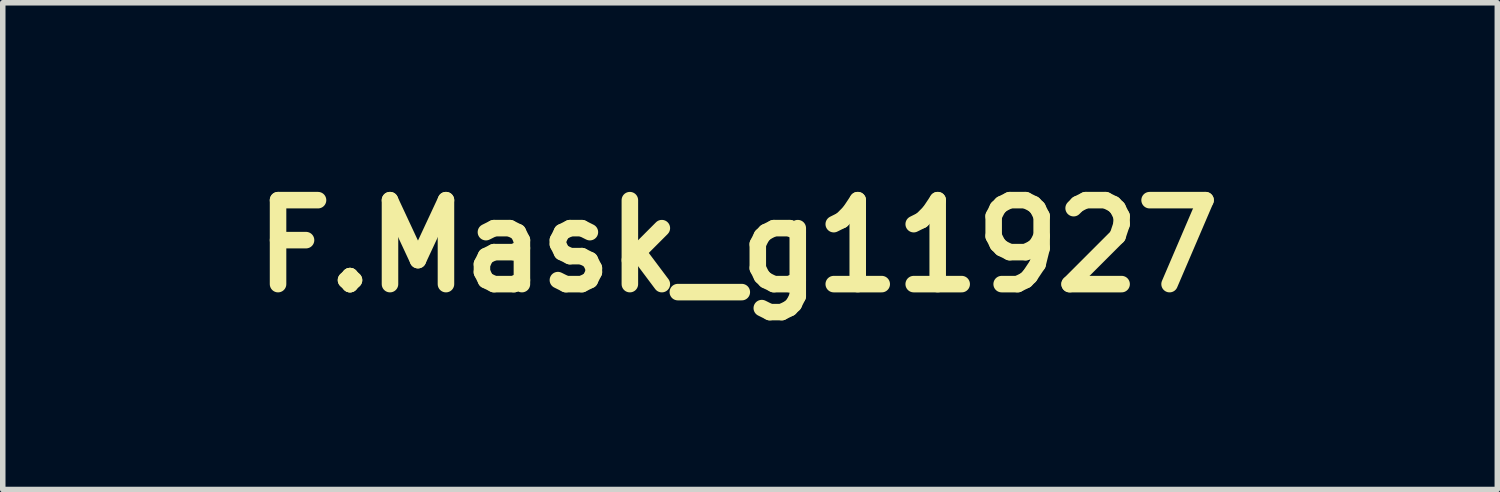
<source format=kicad_pcb>
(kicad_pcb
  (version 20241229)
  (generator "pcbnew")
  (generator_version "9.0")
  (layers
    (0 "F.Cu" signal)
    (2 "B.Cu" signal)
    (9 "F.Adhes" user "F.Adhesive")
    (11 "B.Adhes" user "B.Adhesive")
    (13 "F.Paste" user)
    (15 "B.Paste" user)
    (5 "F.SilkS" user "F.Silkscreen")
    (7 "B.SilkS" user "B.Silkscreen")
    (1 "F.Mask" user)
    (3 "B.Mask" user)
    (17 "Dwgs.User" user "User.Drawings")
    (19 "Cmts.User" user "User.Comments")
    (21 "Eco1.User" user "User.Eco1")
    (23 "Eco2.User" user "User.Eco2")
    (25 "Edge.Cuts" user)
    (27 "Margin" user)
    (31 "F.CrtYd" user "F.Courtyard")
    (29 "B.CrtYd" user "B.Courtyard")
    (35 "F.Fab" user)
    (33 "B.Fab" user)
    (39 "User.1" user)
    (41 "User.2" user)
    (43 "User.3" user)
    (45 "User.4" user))
  (footprint "F.Mask_g11927"
    (layer "F.Cu")
    (at 10.343 1.418)
    (property "Reference" "F.Mask_g11927" (at 0 0 0) (layer "F.SilkS") (effects (font (size 1.524 1.524) (thickness 0.3))))
    (attr through_hole)
    (fp_poly (pts (xy -9.741 0.267) (xy -9.944 0.267) (xy -9.944 -0.127) (xy -9.741 -0.127) (xy -9.741 0.267)) (stroke (width 0.01) (type solid)) (fill yes) (layer "F.Mask"))
    (fp_poly (pts (xy -8.954 0.66) (xy -9.347 0.66) (xy -9.347 0.47) (xy -8.954 0.47) (xy -8.954 0.66)) (stroke (width 0.01) (type solid)) (fill yes) (layer "F.Mask"))
    (fp_poly (pts (xy -8.166 0.076) (xy -8.369 0.076) (xy -8.369 -0.127) (xy -8.166 -0.127) (xy -8.166 0.076)) (stroke (width 0.01) (type solid)) (fill yes) (layer "F.Mask"))
    (fp_poly (pts (xy -6.782 0.66) (xy -6.985 0.66) (xy -6.985 -0.127) (xy -6.782 -0.127) (xy -6.782 0.66)) (stroke (width 0.01) (type solid)) (fill yes) (layer "F.Mask"))
    (fp_poly (pts (xy -5.016 0.66) (xy -5.207 0.66) (xy -5.207 0.076) (xy -5.016 0.076) (xy -5.016 0.66)) (stroke (width 0.01) (type solid)) (fill yes) (layer "F.Mask"))
    (fp_poly (pts (xy -2.845 0.66) (xy -3.035 0.66) (xy -3.035 0.47) (xy -2.845 0.47) (xy -2.845 0.66)) (stroke (width 0.01) (type solid)) (fill yes) (layer "F.Mask"))
    (fp_poly (pts (xy 0.318 0.864) (xy -0.076 0.864) (xy -0.076 0.66) (xy 0.318 0.66) (xy 0.318 0.864)) (stroke (width 0.01) (type solid)) (fill yes) (layer "F.Mask"))
    (fp_poly (pts (xy 4.267 -0.318) (xy 4.064 -0.318) (xy 4.064 -0.521) (xy 4.267 -0.521) (xy 4.267 -0.318)) (stroke (width 0.01) (type solid)) (fill yes) (layer "F.Mask"))
    (fp_poly (pts (xy -5.207 0.076) (xy -5.41 0.076) (xy -5.41 0.66) (xy -5.601 0.66) (xy -5.601 -0.127) (xy -5.207 -0.127) (xy -5.207 0.076)) (stroke (width 0.01) (type solid)) (fill yes) (layer "F.Mask"))
    (fp_poly (pts (xy -8.954 0.267) (xy -9.347 0.267) (xy -9.347 0.47) (xy -9.55 0.47) (xy -9.55 0.077) (xy -9.354 0.07) (xy -9.346 -0.127) (xy -8.954 -0.127) (xy -8.954 0.267)) (stroke (width 0.01) (type solid)) (fill yes) (layer "F.Mask"))
    (fp_poly (pts (xy -8.56 0.076) (xy -8.369 0.076) (xy -8.369 0.267) (xy -8.56 0.267) (xy -8.56 0.66) (xy -8.763 0.66) (xy -8.763 -0.127) (xy -8.56 -0.127) (xy -8.56 0.076)) (stroke (width 0.01) (type solid)) (fill yes) (layer "F.Mask"))
    (fp_poly (pts (xy 4.267 0.673) (xy 4.077 0.673) (xy 4.077 0.864) (xy 3.861 0.864) (xy 3.861 0.66) (xy 4.064 0.66) (xy 4.064 -0.127) (xy 4.267 -0.127) (xy 4.267 0.673)) (stroke (width 0.01) (type solid)) (fill yes) (layer "F.Mask"))
    (fp_poly (pts (xy -10.239 -0.124) (xy -10.141 -0.121) (xy -10.137 0.073) (xy -10.134 0.267) (xy -9.944 0.267) (xy -9.944 0.47) (xy -10.135 0.47) (xy -10.135 0.66) (xy -10.338 0.66) (xy -10.338 -0.128) (xy -10.239 -0.124)) (stroke (width 0.01) (type solid)) (fill yes) (layer "F.Mask"))
    (fp_poly (pts (xy -6.788 -0.324) (xy -6.878 -0.32) (xy -6.923 -0.32) (xy -6.958 -0.321) (xy -6.976 -0.325) (xy -6.976 -0.325) (xy -6.98 -0.342) (xy -6.984 -0.376) (xy -6.985 -0.422) (xy -6.985 -0.428) (xy -6.985 -0.521) (xy -6.781 -0.521) (xy -6.788 -0.324)) (stroke (width 0.01) (type solid)) (fill yes) (layer "F.Mask"))
    (fp_poly (pts (xy 6.439 0.064) (xy 6.629 0.064) (xy 6.629 -0.127) (xy 6.833 -0.127) (xy 6.833 0.076) (xy 6.642 0.076) (xy 6.642 0.279) (xy 6.439 0.279) (xy 6.439 0.673) (xy 6.236 0.673) (xy 6.236 -0.127) (xy 6.439 -0.127) (xy 6.439 0.064)) (stroke (width 0.01) (type solid)) (fill yes) (layer "F.Mask"))
    (fp_poly (pts (xy 9.792 0.457) (xy 9.995 0.457) (xy 9.995 0.673) (xy 9.385 0.673) (xy 9.385 0.457) (xy 9.588 0.457) (xy 9.588 0.076) (xy 9.385 0.076) (xy 9.385 -0.127) (xy 9.588 -0.127) (xy 9.588 -0.33) (xy 9.792 -0.33) (xy 9.792 0.457)) (stroke (width 0.01) (type solid)) (fill yes) (layer "F.Mask"))
    (fp_poly (pts (xy -2.045 0.47) (xy -1.854 0.47) (xy -1.854 0.66) (xy -2.451 0.66) (xy -2.451 0.47) (xy -2.248 0.47) (xy -2.248 0.077) (xy -2.445 0.07) (xy -2.448 -0.029) (xy -2.452 -0.127) (xy -2.248 -0.127) (xy -2.248 -0.318) (xy -2.045 -0.318) (xy -2.045 0.47)) (stroke (width 0.01) (type solid)) (fill yes) (layer "F.Mask"))
    (fp_poly (pts (xy 0.114 0.267) (xy 0.318 0.267) (xy 0.318 -0.127) (xy 0.508 -0.127) (xy 0.508 0.66) (xy 0.318 0.66) (xy 0.318 0.471) (xy 0.121 0.464) (xy 0.117 0.365) (xy 0.113 0.267) (xy -0.076 0.267) (xy -0.076 -0.127) (xy 0.114 -0.127) (xy 0.114 0.267)) (stroke (width 0.01) (type solid)) (fill yes) (layer "F.Mask"))
    (fp_poly (pts (xy 2.095 0.66) (xy 1.702 0.66) (xy 1.702 0.47) (xy 1.499 0.47) (xy 1.499 0.076) (xy 1.702 0.076) (xy 1.702 0.47) (xy 1.892 0.47) (xy 1.892 0.076) (xy 1.702 0.076) (xy 1.702 -0.127) (xy 1.892 -0.127) (xy 1.892 -0.521) (xy 2.095 -0.521) (xy 2.095 0.66)) (stroke (width 0.01) (type solid)) (fill yes) (layer "F.Mask"))
    (fp_poly (pts (xy 2.489 0.464) (xy 2.584 0.459) (xy 2.68 0.455) (xy 2.68 -0.127) (xy 2.883 -0.127) (xy 2.883 0.673) (xy 2.702 0.67) (xy 2.624 0.669) (xy 2.542 0.667) (xy 2.466 0.666) (xy 2.406 0.664) (xy 2.403 0.664) (xy 2.286 0.659) (xy 2.286 -0.127) (xy 2.489 -0.127) (xy 2.489 0.464)) (stroke (width 0.01) (type solid)) (fill yes) (layer "F.Mask"))
    (fp_poly (pts (xy 5.258 0.673) (xy 4.851 0.673) (xy 4.851 0.47) (xy 4.648 0.47) (xy 4.648 0.076) (xy 4.864 0.076) (xy 4.864 0.457) (xy 5.042 0.457) (xy 5.042 0.076) (xy 4.864 0.076) (xy 4.648 0.076) (xy 4.648 0.064) (xy 4.851 0.064) (xy 4.851 -0.127) (xy 5.258 -0.127) (xy 5.258 0.673)) (stroke (width 0.01) (type solid)) (fill yes) (layer "F.Mask"))
    (fp_poly (pts (xy -7.379 0.076) (xy -7.569 0.076) (xy -7.569 0.267) (xy -7.379 0.267) (xy -7.379 0.47) (xy -7.569 0.47) (xy -7.569 0.66) (xy -7.976 0.66) (xy -7.976 0.47) (xy -7.772 0.47) (xy -7.772 0.267) (xy -7.976 0.267) (xy -7.976 0.076) (xy -7.772 0.076) (xy -7.772 -0.127) (xy -7.379 -0.127) (xy -7.379 0.076)) (stroke (width 0.01) (type solid)) (fill yes) (layer "F.Mask"))
    (fp_poly (pts (xy -5.804 0.076) (xy -5.804 0.47) (xy -5.994 0.47) (xy -5.994 0.66) (xy -6.198 0.66) (xy -6.198 0.47) (xy -6.388 0.47) (xy -6.388 0.076) (xy -6.198 0.076) (xy -6.198 0.47) (xy -5.994 0.47) (xy -5.994 0.076) (xy -6.198 0.076) (xy -6.198 -0.127) (xy -5.994 -0.127) (xy -5.994 0.076) (xy -5.804 0.076)) (stroke (width 0.01) (type solid)) (fill yes) (layer "F.Mask"))
    (fp_poly (pts (xy 3.683 0.076) (xy 3.48 0.076) (xy 3.48 0.267) (xy 3.683 0.267) (xy 3.683 0.47) (xy 3.48 0.47) (xy 3.48 0.673) (xy 3.073 0.673) (xy 3.073 0.457) (xy 3.264 0.457) (xy 3.264 0.279) (xy 3.073 0.279) (xy 3.073 0.064) (xy 3.264 0.064) (xy 3.264 -0.127) (xy 3.683 -0.127) (xy 3.683 0.076)) (stroke (width 0.01) (type solid)) (fill yes) (layer "F.Mask"))
    (fp_poly (pts (xy 8.217 -0.127) (xy 8.407 -0.127) (xy 8.407 0.076) (xy 8.217 0.076) (xy 8.217 0.279) (xy 8.014 0.279) (xy 8.014 0.457) (xy 8.407 0.457) (xy 8.407 0.673) (xy 7.811 0.673) (xy 7.811 0.267) (xy 8.001 0.267) (xy 8.001 0.064) (xy 8.204 0.064) (xy 8.204 -0.114) (xy 7.811 -0.114) (xy 7.811 -0.33) (xy 8.217 -0.33) (xy 8.217 -0.127)) (stroke (width 0.01) (type solid)) (fill yes) (layer "F.Mask"))
    (fp_poly (pts (xy 6.045 0.673) (xy 5.842 0.673) (xy 5.842 0.864) (xy 5.436 0.864) (xy 5.436 0.66) (xy 5.829 0.66) (xy 5.829 0.47) (xy 5.639 0.47) (xy 5.639 0.279) (xy 5.436 0.279) (xy 5.436 0.076) (xy 5.652 0.076) (xy 5.652 0.267) (xy 5.829 0.267) (xy 5.829 0.076) (xy 5.652 0.076) (xy 5.436 0.076) (xy 5.436 0.064) (xy 5.639 0.064) (xy 5.639 -0.127) (xy 6.045 -0.127) (xy 6.045 0.673)) (stroke (width 0.01) (type solid)) (fill yes) (layer "F.Mask"))
    (fp_poly (pts (xy -3.429 -0.127) (xy -3.435 0.464) (xy -3.632 0.471) (xy -3.632 0.66) (xy -3.823 0.66) (xy -3.823 0.47) (xy -4.026 0.47) (xy -4.026 0.267) (xy -3.823 0.267) (xy -3.823 0.47) (xy -3.632 0.47) (xy -3.632 0.267) (xy -3.823 0.267) (xy -4.026 0.267) (xy -4.026 -0.127) (xy -3.823 -0.127) (xy -3.823 0.076) (xy -3.632 0.076) (xy -3.632 -0.127) (xy -3.823 -0.127) (xy -3.823 -0.318) (xy -3.632 -0.318) (xy -3.632 -0.127) (xy -3.429 -0.127)) (stroke (width 0.01) (type solid)) (fill yes) (layer "F.Mask"))
    (fp_poly (pts (xy 10.579 -0.127) (xy 10.782 -0.127) (xy 10.782 0.47) (xy 10.579 0.47) (xy 10.579 0.673) (xy 10.173 0.673) (xy 10.173 0.457) (xy 10.566 0.457) (xy 10.566 0.279) (xy 10.376 0.279) (xy 10.376 0.076) (xy 10.173 0.076) (xy 10.173 -0.114) (xy 10.389 -0.114) (xy 10.389 0.064) (xy 10.566 0.064) (xy 10.566 -0.114) (xy 10.389 -0.114) (xy 10.173 -0.114) (xy 10.173 -0.127) (xy 10.376 -0.127) (xy 10.376 -0.33) (xy 10.579 -0.33) (xy 10.579 -0.127)) (stroke (width 0.01) (type solid)) (fill yes) (layer "F.Mask"))
    (fp_poly (pts (xy -0.279 0.076) (xy -0.279 0.47) (xy -0.47 0.47) (xy -0.47 0.66) (xy -0.864 0.66) (xy -0.864 0.076) (xy -0.673 0.076) (xy -0.673 0.265) (xy -0.673 0.331) (xy -0.671 0.389) (xy -0.669 0.432) (xy -0.666 0.457) (xy -0.665 0.461) (xy -0.649 0.466) (xy -0.614 0.469) (xy -0.569 0.47) (xy -0.563 0.47) (xy -0.47 0.47) (xy -0.47 0.076) (xy -0.673 0.076) (xy -0.864 0.076) (xy -0.864 -0.521) (xy -0.673 -0.521) (xy -0.673 -0.127) (xy -0.47 -0.127) (xy -0.47 0.076) (xy -0.279 0.076)) (stroke (width 0.01) (type solid)) (fill yes) (layer "F.Mask"))
    (fp_poly (pts (xy 9.004 -0.127) (xy 9.207 -0.127) (xy 9.207 0.47) (xy 9.004 0.47) (xy 9.004 0.673) (xy 8.905 0.673) (xy 8.857 0.672) (xy 8.819 0.669) (xy 8.798 0.666) (xy 8.797 0.665) (xy 8.793 0.649) (xy 8.79 0.614) (xy 8.788 0.569) (xy 8.788 0.563) (xy 8.788 0.47) (xy 8.598 0.47) (xy 8.598 0.279) (xy 8.801 0.279) (xy 8.801 0.457) (xy 8.992 0.457) (xy 8.992 0.279) (xy 8.801 0.279) (xy 8.598 0.279) (xy 8.598 -0.114) (xy 8.801 -0.114) (xy 8.801 0.064) (xy 8.992 0.064) (xy 8.992 -0.114) (xy 8.801 -0.114) (xy 8.598 -0.114) (xy 8.598 -0.127) (xy 8.788 -0.127) (xy 8.788 -0.33) (xy 9.004 -0.33) (xy 9.004 -0.127)) (stroke (width 0.01) (type solid)) (fill yes) (layer "F.Mask")))
  (gr_rect
    (start -3 -3)
    (end 24.13 5.836)
    (stroke (width 0.1) (type default))
    (fill no)
    (layer "Edge.Cuts")))
</source>
